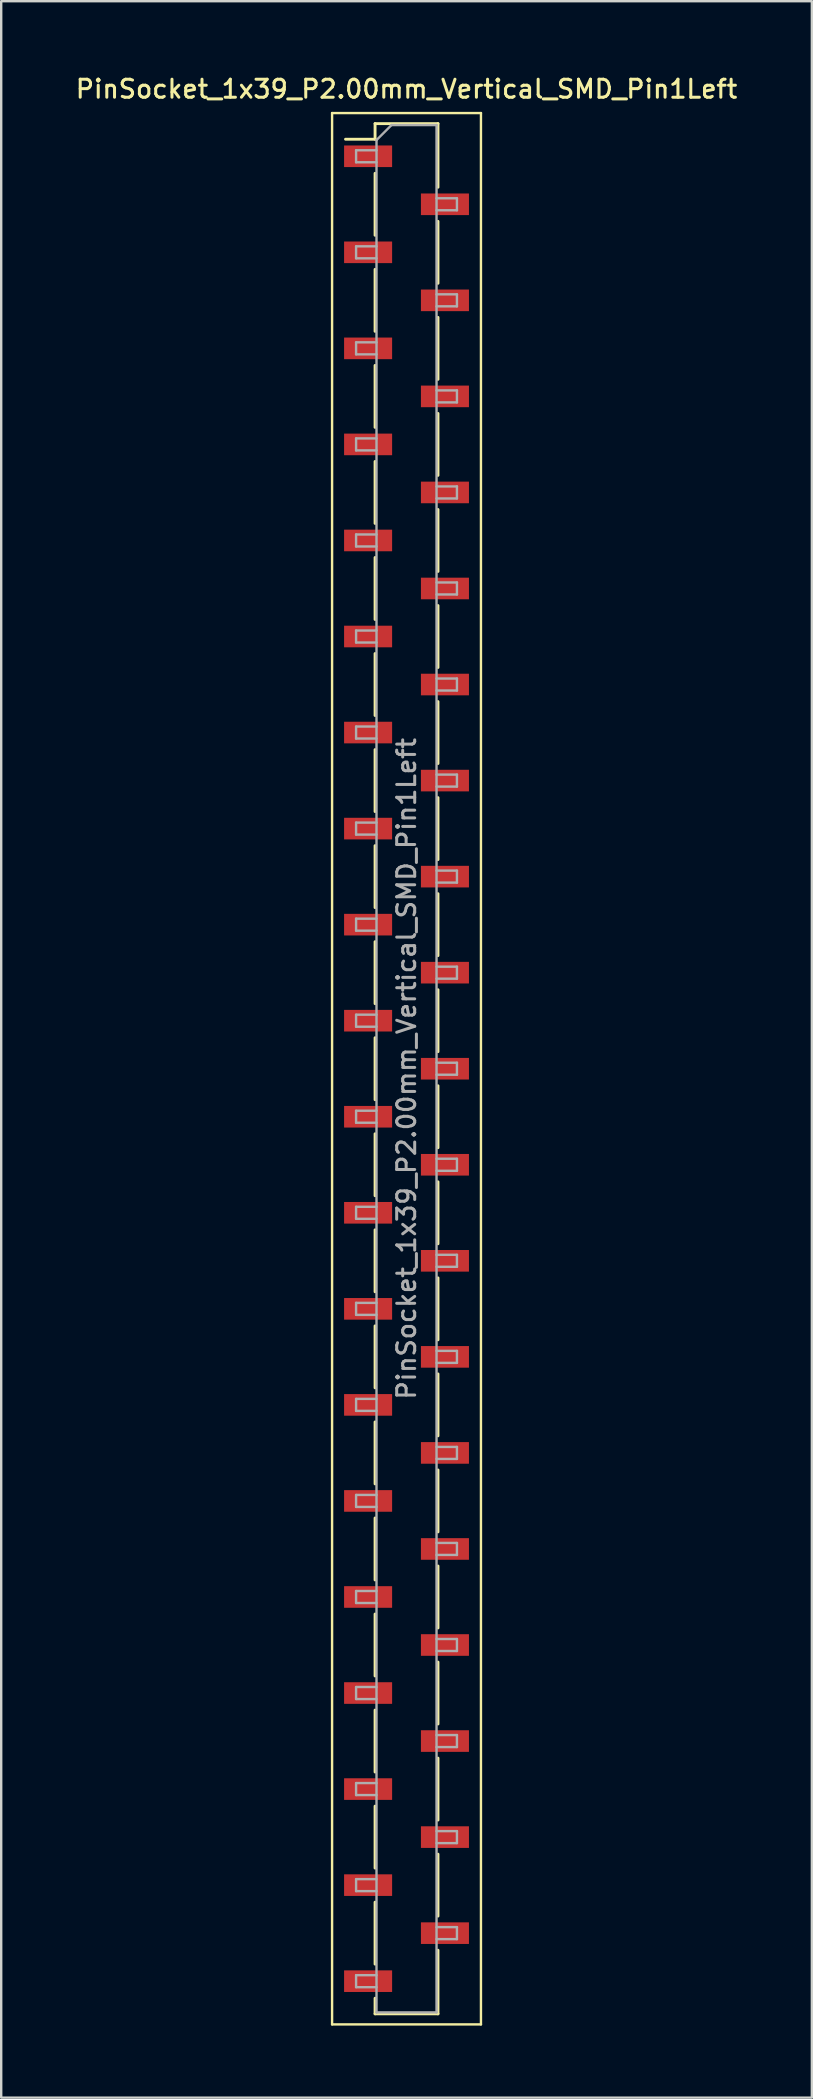
<source format=kicad_pcb>
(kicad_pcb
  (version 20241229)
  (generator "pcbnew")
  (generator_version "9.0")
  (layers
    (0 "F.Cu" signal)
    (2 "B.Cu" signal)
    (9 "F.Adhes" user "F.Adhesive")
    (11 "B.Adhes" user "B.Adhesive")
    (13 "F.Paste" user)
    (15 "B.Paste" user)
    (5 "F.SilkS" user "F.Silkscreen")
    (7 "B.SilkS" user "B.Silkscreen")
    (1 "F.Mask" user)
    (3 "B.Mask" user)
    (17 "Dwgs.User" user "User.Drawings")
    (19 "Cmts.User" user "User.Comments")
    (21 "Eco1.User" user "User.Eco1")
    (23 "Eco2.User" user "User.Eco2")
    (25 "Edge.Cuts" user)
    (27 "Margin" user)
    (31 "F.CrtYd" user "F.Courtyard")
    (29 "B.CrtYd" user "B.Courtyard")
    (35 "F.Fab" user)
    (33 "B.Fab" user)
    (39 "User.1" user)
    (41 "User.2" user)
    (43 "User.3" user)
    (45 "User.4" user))
  (footprint "PinSocket_1x39_P2.00mm_Vertical_SMD_Pin1Left"
    (layer "F.Cu")
    (at 13.88 41.458)
    (property "Reference" "PinSocket_1x39_P2.00mm_Vertical_SMD_Pin1Left" (at 0 -40.8 0) (layer "F.SilkS") (effects (font (size 0.75 0.75) (thickness 0.125))))
    (attr smd)
    (fp_line (start -3.1 -39.8) (end 3.1 -39.8) (stroke (width 0.1) (type solid)) (layer "F.SilkS"))
    (fp_line (start -3.1 39.8) (end -3.1 -39.8) (stroke (width 0.1) (type solid)) (layer "F.SilkS"))
    (fp_line (start -2.54 -38.71) (end -1.31 -38.71) (stroke (width 0.12) (type solid)) (layer "F.SilkS"))
    (fp_line (start -1.31 -39.36) (end -1.31 -38.71) (stroke (width 0.12) (type solid)) (layer "F.SilkS"))
    (fp_line (start -1.31 -39.36) (end 1.31 -39.36) (stroke (width 0.12) (type solid)) (layer "F.SilkS"))
    (fp_line (start -1.31 -37.29) (end -1.31 -34.71) (stroke (width 0.12) (type solid)) (layer "F.SilkS"))
    (fp_line (start -1.31 -33.29) (end -1.31 -30.71) (stroke (width 0.12) (type solid)) (layer "F.SilkS"))
    (fp_line (start -1.31 -29.29) (end -1.31 -26.71) (stroke (width 0.12) (type solid)) (layer "F.SilkS"))
    (fp_line (start -1.31 -25.29) (end -1.31 -22.71) (stroke (width 0.12) (type solid)) (layer "F.SilkS"))
    (fp_line (start -1.31 -21.29) (end -1.31 -18.71) (stroke (width 0.12) (type solid)) (layer "F.SilkS"))
    (fp_line (start -1.31 -17.29) (end -1.31 -14.71) (stroke (width 0.12) (type solid)) (layer "F.SilkS"))
    (fp_line (start -1.31 -13.29) (end -1.31 -10.71) (stroke (width 0.12) (type solid)) (layer "F.SilkS"))
    (fp_line (start -1.31 -9.29) (end -1.31 -6.71) (stroke (width 0.12) (type solid)) (layer "F.SilkS"))
    (fp_line (start -1.31 -5.29) (end -1.31 -2.71) (stroke (width 0.12) (type solid)) (layer "F.SilkS"))
    (fp_line (start -1.31 -1.29) (end -1.31 1.29) (stroke (width 0.12) (type solid)) (layer "F.SilkS"))
    (fp_line (start -1.31 2.71) (end -1.31 5.29) (stroke (width 0.12) (type solid)) (layer "F.SilkS"))
    (fp_line (start -1.31 6.71) (end -1.31 9.29) (stroke (width 0.12) (type solid)) (layer "F.SilkS"))
    (fp_line (start -1.31 10.71) (end -1.31 13.29) (stroke (width 0.12) (type solid)) (layer "F.SilkS"))
    (fp_line (start -1.31 14.71) (end -1.31 17.29) (stroke (width 0.12) (type solid)) (layer "F.SilkS"))
    (fp_line (start -1.31 18.71) (end -1.31 21.29) (stroke (width 0.12) (type solid)) (layer "F.SilkS"))
    (fp_line (start -1.31 22.71) (end -1.31 25.29) (stroke (width 0.12) (type solid)) (layer "F.SilkS"))
    (fp_line (start -1.31 26.71) (end -1.31 29.29) (stroke (width 0.12) (type solid)) (layer "F.SilkS"))
    (fp_line (start -1.31 30.71) (end -1.31 33.29) (stroke (width 0.12) (type solid)) (layer "F.SilkS"))
    (fp_line (start -1.31 34.71) (end -1.31 37.29) (stroke (width 0.12) (type solid)) (layer "F.SilkS"))
    (fp_line (start -1.31 38.71) (end -1.31 39.36) (stroke (width 0.12) (type solid)) (layer "F.SilkS"))
    (fp_line (start -1.31 39.36) (end 1.31 39.36) (stroke (width 0.12) (type solid)) (layer "F.SilkS"))
    (fp_line (start 1.31 -39.36) (end 1.31 -36.71) (stroke (width 0.12) (type solid)) (layer "F.SilkS"))
    (fp_line (start 1.31 -35.29) (end 1.31 -32.71) (stroke (width 0.12) (type solid)) (layer "F.SilkS"))
    (fp_line (start 1.31 -31.29) (end 1.31 -28.71) (stroke (width 0.12) (type solid)) (layer "F.SilkS"))
    (fp_line (start 1.31 -27.29) (end 1.31 -24.71) (stroke (width 0.12) (type solid)) (layer "F.SilkS"))
    (fp_line (start 1.31 -23.29) (end 1.31 -20.71) (stroke (width 0.12) (type solid)) (layer "F.SilkS"))
    (fp_line (start 1.31 -19.29) (end 1.31 -16.71) (stroke (width 0.12) (type solid)) (layer "F.SilkS"))
    (fp_line (start 1.31 -15.29) (end 1.31 -12.71) (stroke (width 0.12) (type solid)) (layer "F.SilkS"))
    (fp_line (start 1.31 -11.29) (end 1.31 -8.71) (stroke (width 0.12) (type solid)) (layer "F.SilkS"))
    (fp_line (start 1.31 -7.29) (end 1.31 -4.71) (stroke (width 0.12) (type solid)) (layer "F.SilkS"))
    (fp_line (start 1.31 -3.29) (end 1.31 -0.71) (stroke (width 0.12) (type solid)) (layer "F.SilkS"))
    (fp_line (start 1.31 0.71) (end 1.31 3.29) (stroke (width 0.12) (type solid)) (layer "F.SilkS"))
    (fp_line (start 1.31 4.71) (end 1.31 7.29) (stroke (width 0.12) (type solid)) (layer "F.SilkS"))
    (fp_line (start 1.31 8.71) (end 1.31 11.29) (stroke (width 0.12) (type solid)) (layer "F.SilkS"))
    (fp_line (start 1.31 12.71) (end 1.31 15.29) (stroke (width 0.12) (type solid)) (layer "F.SilkS"))
    (fp_line (start 1.31 16.71) (end 1.31 19.29) (stroke (width 0.12) (type solid)) (layer "F.SilkS"))
    (fp_line (start 1.31 20.71) (end 1.31 23.29) (stroke (width 0.12) (type solid)) (layer "F.SilkS"))
    (fp_line (start 1.31 24.71) (end 1.31 27.29) (stroke (width 0.12) (type solid)) (layer "F.SilkS"))
    (fp_line (start 1.31 28.71) (end 1.31 31.29) (stroke (width 0.12) (type solid)) (layer "F.SilkS"))
    (fp_line (start 1.31 32.71) (end 1.31 35.29) (stroke (width 0.12) (type solid)) (layer "F.SilkS"))
    (fp_line (start 1.31 36.71) (end 1.31 39.36) (stroke (width 0.12) (type solid)) (layer "F.SilkS"))
    (fp_line (start 3.1 -39.8) (end 3.1 39.8) (stroke (width 0.1) (type solid)) (layer "F.SilkS"))
    (fp_line (start 3.1 39.8) (end -3.1 39.8) (stroke (width 0.1) (type solid)) (layer "F.SilkS"))
    (fp_line (start -2.1 -38.25) (end -1.25 -38.25) (stroke (width 0.1) (type solid)) (layer "F.Fab"))
    (fp_line (start -2.1 -37.75) (end -2.1 -38.25) (stroke (width 0.1) (type solid)) (layer "F.Fab"))
    (fp_line (start -2.1 -34.25) (end -1.25 -34.25) (stroke (width 0.1) (type solid)) (layer "F.Fab"))
    (fp_line (start -2.1 -33.75) (end -2.1 -34.25) (stroke (width 0.1) (type solid)) (layer "F.Fab"))
    (fp_line (start -2.1 -30.25) (end -1.25 -30.25) (stroke (width 0.1) (type solid)) (layer "F.Fab"))
    (fp_line (start -2.1 -29.75) (end -2.1 -30.25) (stroke (width 0.1) (type solid)) (layer "F.Fab"))
    (fp_line (start -2.1 -26.25) (end -1.25 -26.25) (stroke (width 0.1) (type solid)) (layer "F.Fab"))
    (fp_line (start -2.1 -25.75) (end -2.1 -26.25) (stroke (width 0.1) (type solid)) (layer "F.Fab"))
    (fp_line (start -2.1 -22.25) (end -1.25 -22.25) (stroke (width 0.1) (type solid)) (layer "F.Fab"))
    (fp_line (start -2.1 -21.75) (end -2.1 -22.25) (stroke (width 0.1) (type solid)) (layer "F.Fab"))
    (fp_line (start -2.1 -18.25) (end -1.25 -18.25) (stroke (width 0.1) (type solid)) (layer "F.Fab"))
    (fp_line (start -2.1 -17.75) (end -2.1 -18.25) (stroke (width 0.1) (type solid)) (layer "F.Fab"))
    (fp_line (start -2.1 -14.25) (end -1.25 -14.25) (stroke (width 0.1) (type solid)) (layer "F.Fab"))
    (fp_line (start -2.1 -13.75) (end -2.1 -14.25) (stroke (width 0.1) (type solid)) (layer "F.Fab"))
    (fp_line (start -2.1 -10.25) (end -1.25 -10.25) (stroke (width 0.1) (type solid)) (layer "F.Fab"))
    (fp_line (start -2.1 -9.75) (end -2.1 -10.25) (stroke (width 0.1) (type solid)) (layer "F.Fab"))
    (fp_line (start -2.1 -6.25) (end -1.25 -6.25) (stroke (width 0.1) (type solid)) (layer "F.Fab"))
    (fp_line (start -2.1 -5.75) (end -2.1 -6.25) (stroke (width 0.1) (type solid)) (layer "F.Fab"))
    (fp_line (start -2.1 -2.25) (end -1.25 -2.25) (stroke (width 0.1) (type solid)) (layer "F.Fab"))
    (fp_line (start -2.1 -1.75) (end -2.1 -2.25) (stroke (width 0.1) (type solid)) (layer "F.Fab"))
    (fp_line (start -2.1 1.75) (end -1.25 1.75) (stroke (width 0.1) (type solid)) (layer "F.Fab"))
    (fp_line (start -2.1 2.25) (end -2.1 1.75) (stroke (width 0.1) (type solid)) (layer "F.Fab"))
    (fp_line (start -2.1 5.75) (end -1.25 5.75) (stroke (width 0.1) (type solid)) (layer "F.Fab"))
    (fp_line (start -2.1 6.25) (end -2.1 5.75) (stroke (width 0.1) (type solid)) (layer "F.Fab"))
    (fp_line (start -2.1 9.75) (end -1.25 9.75) (stroke (width 0.1) (type solid)) (layer "F.Fab"))
    (fp_line (start -2.1 10.25) (end -2.1 9.75) (stroke (width 0.1) (type solid)) (layer "F.Fab"))
    (fp_line (start -2.1 13.75) (end -1.25 13.75) (stroke (width 0.1) (type solid)) (layer "F.Fab"))
    (fp_line (start -2.1 14.25) (end -2.1 13.75) (stroke (width 0.1) (type solid)) (layer "F.Fab"))
    (fp_line (start -2.1 17.75) (end -1.25 17.75) (stroke (width 0.1) (type solid)) (layer "F.Fab"))
    (fp_line (start -2.1 18.25) (end -2.1 17.75) (stroke (width 0.1) (type solid)) (layer "F.Fab"))
    (fp_line (start -2.1 21.75) (end -1.25 21.75) (stroke (width 0.1) (type solid)) (layer "F.Fab"))
    (fp_line (start -2.1 22.25) (end -2.1 21.75) (stroke (width 0.1) (type solid)) (layer "F.Fab"))
    (fp_line (start -2.1 25.75) (end -1.25 25.75) (stroke (width 0.1) (type solid)) (layer "F.Fab"))
    (fp_line (start -2.1 26.25) (end -2.1 25.75) (stroke (width 0.1) (type solid)) (layer "F.Fab"))
    (fp_line (start -2.1 29.75) (end -1.25 29.75) (stroke (width 0.1) (type solid)) (layer "F.Fab"))
    (fp_line (start -2.1 30.25) (end -2.1 29.75) (stroke (width 0.1) (type solid)) (layer "F.Fab"))
    (fp_line (start -2.1 33.75) (end -1.25 33.75) (stroke (width 0.1) (type solid)) (layer "F.Fab"))
    (fp_line (start -2.1 34.25) (end -2.1 33.75) (stroke (width 0.1) (type solid)) (layer "F.Fab"))
    (fp_line (start -2.1 37.75) (end -1.25 37.75) (stroke (width 0.1) (type solid)) (layer "F.Fab"))
    (fp_line (start -2.1 38.25) (end -2.1 37.75) (stroke (width 0.1) (type solid)) (layer "F.Fab"))
    (fp_line (start -1.25 -38.675) (end -0.625 -39.3) (stroke (width 0.1) (type solid)) (layer "F.Fab"))
    (fp_line (start -1.25 -37.75) (end -2.1 -37.75) (stroke (width 0.1) (type solid)) (layer "F.Fab"))
    (fp_line (start -1.25 -33.75) (end -2.1 -33.75) (stroke (width 0.1) (type solid)) (layer "F.Fab"))
    (fp_line (start -1.25 -29.75) (end -2.1 -29.75) (stroke (width 0.1) (type solid)) (layer "F.Fab"))
    (fp_line (start -1.25 -25.75) (end -2.1 -25.75) (stroke (width 0.1) (type solid)) (layer "F.Fab"))
    (fp_line (start -1.25 -21.75) (end -2.1 -21.75) (stroke (width 0.1) (type solid)) (layer "F.Fab"))
    (fp_line (start -1.25 -17.75) (end -2.1 -17.75) (stroke (width 0.1) (type solid)) (layer "F.Fab"))
    (fp_line (start -1.25 -13.75) (end -2.1 -13.75) (stroke (width 0.1) (type solid)) (layer "F.Fab"))
    (fp_line (start -1.25 -9.75) (end -2.1 -9.75) (stroke (width 0.1) (type solid)) (layer "F.Fab"))
    (fp_line (start -1.25 -5.75) (end -2.1 -5.75) (stroke (width 0.1) (type solid)) (layer "F.Fab"))
    (fp_line (start -1.25 -1.75) (end -2.1 -1.75) (stroke (width 0.1) (type solid)) (layer "F.Fab"))
    (fp_line (start -1.25 2.25) (end -2.1 2.25) (stroke (width 0.1) (type solid)) (layer "F.Fab"))
    (fp_line (start -1.25 6.25) (end -2.1 6.25) (stroke (width 0.1) (type solid)) (layer "F.Fab"))
    (fp_line (start -1.25 10.25) (end -2.1 10.25) (stroke (width 0.1) (type solid)) (layer "F.Fab"))
    (fp_line (start -1.25 14.25) (end -2.1 14.25) (stroke (width 0.1) (type solid)) (layer "F.Fab"))
    (fp_line (start -1.25 18.25) (end -2.1 18.25) (stroke (width 0.1) (type solid)) (layer "F.Fab"))
    (fp_line (start -1.25 22.25) (end -2.1 22.25) (stroke (width 0.1) (type solid)) (layer "F.Fab"))
    (fp_line (start -1.25 26.25) (end -2.1 26.25) (stroke (width 0.1) (type solid)) (layer "F.Fab"))
    (fp_line (start -1.25 30.25) (end -2.1 30.25) (stroke (width 0.1) (type solid)) (layer "F.Fab"))
    (fp_line (start -1.25 34.25) (end -2.1 34.25) (stroke (width 0.1) (type solid)) (layer "F.Fab"))
    (fp_line (start -1.25 38.25) (end -2.1 38.25) (stroke (width 0.1) (type solid)) (layer "F.Fab"))
    (fp_line (start -1.25 39.3) (end -1.25 -38.675) (stroke (width 0.1) (type solid)) (layer "F.Fab"))
    (fp_line (start -0.625 -39.3) (end 1.25 -39.3) (stroke (width 0.1) (type solid)) (layer "F.Fab"))
    (fp_line (start 1.25 -39.3) (end 1.25 39.3) (stroke (width 0.1) (type solid)) (layer "F.Fab"))
    (fp_line (start 1.25 -36.25) (end 2.1 -36.25) (stroke (width 0.1) (type solid)) (layer "F.Fab"))
    (fp_line (start 1.25 -32.25) (end 2.1 -32.25) (stroke (width 0.1) (type solid)) (layer "F.Fab"))
    (fp_line (start 1.25 -28.25) (end 2.1 -28.25) (stroke (width 0.1) (type solid)) (layer "F.Fab"))
    (fp_line (start 1.25 -24.25) (end 2.1 -24.25) (stroke (width 0.1) (type solid)) (layer "F.Fab"))
    (fp_line (start 1.25 -20.25) (end 2.1 -20.25) (stroke (width 0.1) (type solid)) (layer "F.Fab"))
    (fp_line (start 1.25 -16.25) (end 2.1 -16.25) (stroke (width 0.1) (type solid)) (layer "F.Fab"))
    (fp_line (start 1.25 -12.25) (end 2.1 -12.25) (stroke (width 0.1) (type solid)) (layer "F.Fab"))
    (fp_line (start 1.25 -8.25) (end 2.1 -8.25) (stroke (width 0.1) (type solid)) (layer "F.Fab"))
    (fp_line (start 1.25 -4.25) (end 2.1 -4.25) (stroke (width 0.1) (type solid)) (layer "F.Fab"))
    (fp_line (start 1.25 -0.25) (end 2.1 -0.25) (stroke (width 0.1) (type solid)) (layer "F.Fab"))
    (fp_line (start 1.25 3.75) (end 2.1 3.75) (stroke (width 0.1) (type solid)) (layer "F.Fab"))
    (fp_line (start 1.25 7.75) (end 2.1 7.75) (stroke (width 0.1) (type solid)) (layer "F.Fab"))
    (fp_line (start 1.25 11.75) (end 2.1 11.75) (stroke (width 0.1) (type solid)) (layer "F.Fab"))
    (fp_line (start 1.25 15.75) (end 2.1 15.75) (stroke (width 0.1) (type solid)) (layer "F.Fab"))
    (fp_line (start 1.25 19.75) (end 2.1 19.75) (stroke (width 0.1) (type solid)) (layer "F.Fab"))
    (fp_line (start 1.25 23.75) (end 2.1 23.75) (stroke (width 0.1) (type solid)) (layer "F.Fab"))
    (fp_line (start 1.25 27.75) (end 2.1 27.75) (stroke (width 0.1) (type solid)) (layer "F.Fab"))
    (fp_line (start 1.25 31.75) (end 2.1 31.75) (stroke (width 0.1) (type solid)) (layer "F.Fab"))
    (fp_line (start 1.25 35.75) (end 2.1 35.75) (stroke (width 0.1) (type solid)) (layer "F.Fab"))
    (fp_line (start 1.25 39.3) (end -1.25 39.3) (stroke (width 0.1) (type solid)) (layer "F.Fab"))
    (fp_line (start 2.1 -36.25) (end 2.1 -35.75) (stroke (width 0.1) (type solid)) (layer "F.Fab"))
    (fp_line (start 2.1 -35.75) (end 1.25 -35.75) (stroke (width 0.1) (type solid)) (layer "F.Fab"))
    (fp_line (start 2.1 -32.25) (end 2.1 -31.75) (stroke (width 0.1) (type solid)) (layer "F.Fab"))
    (fp_line (start 2.1 -31.75) (end 1.25 -31.75) (stroke (width 0.1) (type solid)) (layer "F.Fab"))
    (fp_line (start 2.1 -28.25) (end 2.1 -27.75) (stroke (width 0.1) (type solid)) (layer "F.Fab"))
    (fp_line (start 2.1 -27.75) (end 1.25 -27.75) (stroke (width 0.1) (type solid)) (layer "F.Fab"))
    (fp_line (start 2.1 -24.25) (end 2.1 -23.75) (stroke (width 0.1) (type solid)) (layer "F.Fab"))
    (fp_line (start 2.1 -23.75) (end 1.25 -23.75) (stroke (width 0.1) (type solid)) (layer "F.Fab"))
    (fp_line (start 2.1 -20.25) (end 2.1 -19.75) (stroke (width 0.1) (type solid)) (layer "F.Fab"))
    (fp_line (start 2.1 -19.75) (end 1.25 -19.75) (stroke (width 0.1) (type solid)) (layer "F.Fab"))
    (fp_line (start 2.1 -16.25) (end 2.1 -15.75) (stroke (width 0.1) (type solid)) (layer "F.Fab"))
    (fp_line (start 2.1 -15.75) (end 1.25 -15.75) (stroke (width 0.1) (type solid)) (layer "F.Fab"))
    (fp_line (start 2.1 -12.25) (end 2.1 -11.75) (stroke (width 0.1) (type solid)) (layer "F.Fab"))
    (fp_line (start 2.1 -11.75) (end 1.25 -11.75) (stroke (width 0.1) (type solid)) (layer "F.Fab"))
    (fp_line (start 2.1 -8.25) (end 2.1 -7.75) (stroke (width 0.1) (type solid)) (layer "F.Fab"))
    (fp_line (start 2.1 -7.75) (end 1.25 -7.75) (stroke (width 0.1) (type solid)) (layer "F.Fab"))
    (fp_line (start 2.1 -4.25) (end 2.1 -3.75) (stroke (width 0.1) (type solid)) (layer "F.Fab"))
    (fp_line (start 2.1 -3.75) (end 1.25 -3.75) (stroke (width 0.1) (type solid)) (layer "F.Fab"))
    (fp_line (start 2.1 -0.25) (end 2.1 0.25) (stroke (width 0.1) (type solid)) (layer "F.Fab"))
    (fp_line (start 2.1 0.25) (end 1.25 0.25) (stroke (width 0.1) (type solid)) (layer "F.Fab"))
    (fp_line (start 2.1 3.75) (end 2.1 4.25) (stroke (width 0.1) (type solid)) (layer "F.Fab"))
    (fp_line (start 2.1 4.25) (end 1.25 4.25) (stroke (width 0.1) (type solid)) (layer "F.Fab"))
    (fp_line (start 2.1 7.75) (end 2.1 8.25) (stroke (width 0.1) (type solid)) (layer "F.Fab"))
    (fp_line (start 2.1 8.25) (end 1.25 8.25) (stroke (width 0.1) (type solid)) (layer "F.Fab"))
    (fp_line (start 2.1 11.75) (end 2.1 12.25) (stroke (width 0.1) (type solid)) (layer "F.Fab"))
    (fp_line (start 2.1 12.25) (end 1.25 12.25) (stroke (width 0.1) (type solid)) (layer "F.Fab"))
    (fp_line (start 2.1 15.75) (end 2.1 16.25) (stroke (width 0.1) (type solid)) (layer "F.Fab"))
    (fp_line (start 2.1 16.25) (end 1.25 16.25) (stroke (width 0.1) (type solid)) (layer "F.Fab"))
    (fp_line (start 2.1 19.75) (end 2.1 20.25) (stroke (width 0.1) (type solid)) (layer "F.Fab"))
    (fp_line (start 2.1 20.25) (end 1.25 20.25) (stroke (width 0.1) (type solid)) (layer "F.Fab"))
    (fp_line (start 2.1 23.75) (end 2.1 24.25) (stroke (width 0.1) (type solid)) (layer "F.Fab"))
    (fp_line (start 2.1 24.25) (end 1.25 24.25) (stroke (width 0.1) (type solid)) (layer "F.Fab"))
    (fp_line (start 2.1 27.75) (end 2.1 28.25) (stroke (width 0.1) (type solid)) (layer "F.Fab"))
    (fp_line (start 2.1 28.25) (end 1.25 28.25) (stroke (width 0.1) (type solid)) (layer "F.Fab"))
    (fp_line (start 2.1 31.75) (end 2.1 32.25) (stroke (width 0.1) (type solid)) (layer "F.Fab"))
    (fp_line (start 2.1 32.25) (end 1.25 32.25) (stroke (width 0.1) (type solid)) (layer "F.Fab"))
    (fp_line (start 2.1 35.75) (end 2.1 36.25) (stroke (width 0.1) (type solid)) (layer "F.Fab"))
    (fp_line (start 2.1 36.25) (end 1.25 36.25) (stroke (width 0.1) (type solid)) (layer "F.Fab"))
    (fp_text user "${REFERENCE}" (at 0 0 90) (layer "F.Fab") (effects (font (size 0.75 0.75) (thickness 0.125))))
    (pad "1" smd rect (at -1.6 -38) (size 2 0.9) (layers "F.Cu" "F.Mask" "F.Paste"))
    (pad "2" smd rect (at 1.6 -36) (size 2 0.9) (layers "F.Cu" "F.Mask" "F.Paste"))
    (pad "3" smd rect (at -1.6 -34) (size 2 0.9) (layers "F.Cu" "F.Mask" "F.Paste"))
    (pad "4" smd rect (at 1.6 -32) (size 2 0.9) (layers "F.Cu" "F.Mask" "F.Paste"))
    (pad "5" smd rect (at -1.6 -30) (size 2 0.9) (layers "F.Cu" "F.Mask" "F.Paste"))
    (pad "6" smd rect (at 1.6 -28) (size 2 0.9) (layers "F.Cu" "F.Mask" "F.Paste"))
    (pad "7" smd rect (at -1.6 -26) (size 2 0.9) (layers "F.Cu" "F.Mask" "F.Paste"))
    (pad "8" smd rect (at 1.6 -24) (size 2 0.9) (layers "F.Cu" "F.Mask" "F.Paste"))
    (pad "9" smd rect (at -1.6 -22) (size 2 0.9) (layers "F.Cu" "F.Mask" "F.Paste"))
    (pad "10" smd rect (at 1.6 -20) (size 2 0.9) (layers "F.Cu" "F.Mask" "F.Paste"))
    (pad "11" smd rect (at -1.6 -18) (size 2 0.9) (layers "F.Cu" "F.Mask" "F.Paste"))
    (pad "12" smd rect (at 1.6 -16) (size 2 0.9) (layers "F.Cu" "F.Mask" "F.Paste"))
    (pad "13" smd rect (at -1.6 -14) (size 2 0.9) (layers "F.Cu" "F.Mask" "F.Paste"))
    (pad "14" smd rect (at 1.6 -12) (size 2 0.9) (layers "F.Cu" "F.Mask" "F.Paste"))
    (pad "15" smd rect (at -1.6 -10) (size 2 0.9) (layers "F.Cu" "F.Mask" "F.Paste"))
    (pad "16" smd rect (at 1.6 -8) (size 2 0.9) (layers "F.Cu" "F.Mask" "F.Paste"))
    (pad "17" smd rect (at -1.6 -6) (size 2 0.9) (layers "F.Cu" "F.Mask" "F.Paste"))
    (pad "18" smd rect (at 1.6 -4) (size 2 0.9) (layers "F.Cu" "F.Mask" "F.Paste"))
    (pad "19" smd rect (at -1.6 -2) (size 2 0.9) (layers "F.Cu" "F.Mask" "F.Paste"))
    (pad "20" smd rect (at 1.6 0) (size 2 0.9) (layers "F.Cu" "F.Mask" "F.Paste"))
    (pad "21" smd rect (at -1.6 2) (size 2 0.9) (layers "F.Cu" "F.Mask" "F.Paste"))
    (pad "22" smd rect (at 1.6 4) (size 2 0.9) (layers "F.Cu" "F.Mask" "F.Paste"))
    (pad "23" smd rect (at -1.6 6) (size 2 0.9) (layers "F.Cu" "F.Mask" "F.Paste"))
    (pad "24" smd rect (at 1.6 8) (size 2 0.9) (layers "F.Cu" "F.Mask" "F.Paste"))
    (pad "25" smd rect (at -1.6 10) (size 2 0.9) (layers "F.Cu" "F.Mask" "F.Paste"))
    (pad "26" smd rect (at 1.6 12) (size 2 0.9) (layers "F.Cu" "F.Mask" "F.Paste"))
    (pad "27" smd rect (at -1.6 14) (size 2 0.9) (layers "F.Cu" "F.Mask" "F.Paste"))
    (pad "28" smd rect (at 1.6 16) (size 2 0.9) (layers "F.Cu" "F.Mask" "F.Paste"))
    (pad "29" smd rect (at -1.6 18) (size 2 0.9) (layers "F.Cu" "F.Mask" "F.Paste"))
    (pad "30" smd rect (at 1.6 20) (size 2 0.9) (layers "F.Cu" "F.Mask" "F.Paste"))
    (pad "31" smd rect (at -1.6 22) (size 2 0.9) (layers "F.Cu" "F.Mask" "F.Paste"))
    (pad "32" smd rect (at 1.6 24) (size 2 0.9) (layers "F.Cu" "F.Mask" "F.Paste"))
    (pad "33" smd rect (at -1.6 26) (size 2 0.9) (layers "F.Cu" "F.Mask" "F.Paste"))
    (pad "34" smd rect (at 1.6 28) (size 2 0.9) (layers "F.Cu" "F.Mask" "F.Paste"))
    (pad "35" smd rect (at -1.6 30) (size 2 0.9) (layers "F.Cu" "F.Mask" "F.Paste"))
    (pad "36" smd rect (at 1.6 32) (size 2 0.9) (layers "F.Cu" "F.Mask" "F.Paste"))
    (pad "37" smd rect (at -1.6 34) (size 2 0.9) (layers "F.Cu" "F.Mask" "F.Paste"))
    (pad "38" smd rect (at 1.6 36) (size 2 0.9) (layers "F.Cu" "F.Mask" "F.Paste"))
    (pad "39" smd rect (at -1.6 38) (size 2 0.9) (layers "F.Cu" "F.Mask" "F.Paste")))
  (gr_rect
    (start -3 -3)
    (end 30.761 84.308)
    (stroke (width 0.1) (type default))
    (fill no)
    (layer "Edge.Cuts")))
</source>
